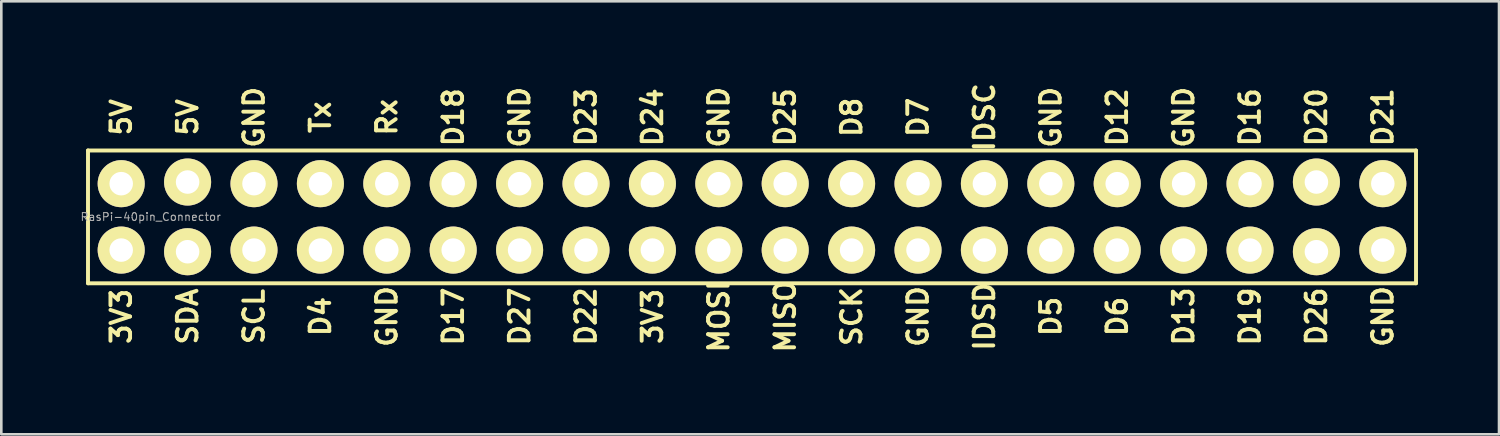
<source format=kicad_pcb>
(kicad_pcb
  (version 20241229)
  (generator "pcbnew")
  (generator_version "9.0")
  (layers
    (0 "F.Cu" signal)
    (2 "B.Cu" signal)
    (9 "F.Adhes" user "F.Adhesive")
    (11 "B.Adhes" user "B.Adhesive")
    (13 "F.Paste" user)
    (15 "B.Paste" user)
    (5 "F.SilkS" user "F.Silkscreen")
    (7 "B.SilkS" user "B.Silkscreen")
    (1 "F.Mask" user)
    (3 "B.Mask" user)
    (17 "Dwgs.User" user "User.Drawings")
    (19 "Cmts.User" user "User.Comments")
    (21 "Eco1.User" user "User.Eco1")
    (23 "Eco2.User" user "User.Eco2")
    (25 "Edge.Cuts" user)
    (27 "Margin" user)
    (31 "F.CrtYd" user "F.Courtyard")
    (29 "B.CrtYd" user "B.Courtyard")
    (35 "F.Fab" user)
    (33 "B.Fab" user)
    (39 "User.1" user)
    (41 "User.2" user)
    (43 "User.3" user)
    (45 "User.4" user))
  (footprint "RasPi-40pin_Connector"
    (layer "F.Cu")
    (at 25.716 5.246)
    (property "Reference" "RasPi-40pin_Connector" (at -23 0 0) (layer "F.Fab") (effects (font (size 0.3 0.3) (thickness 0.04))))
    (attr through_hole)
    (fp_line (start -25.4 -2.54) (end 25.4 -2.54) (stroke (width 0.15) (type solid)) (layer "F.SilkS"))
    (fp_line (start -25.4 2.54) (end -25.4 -2.54) (stroke (width 0.15) (type solid)) (layer "F.SilkS"))
    (fp_line (start 25.4 -2.54) (end 25.4 2.54) (stroke (width 0.15) (type solid)) (layer "F.SilkS"))
    (fp_line (start 25.4 2.54) (end -25.4 2.54) (stroke (width 0.15) (type solid)) (layer "F.SilkS"))
    (fp_line (start -25.5 -2.5) (end 25.5 -2.5) (stroke (width 0.15) (type solid)) (layer "Eco2.User"))
    (fp_line (start -25.5 2.5) (end -25.5 -2.5) (stroke (width 0.15) (type solid)) (layer "Eco2.User"))
    (fp_line (start 25.5 -2.5) (end 25.5 2.5) (stroke (width 0.15) (type solid)) (layer "Eco2.User"))
    (fp_line (start 25.5 2.5) (end -25.5 2.5) (stroke (width 0.15) (type solid)) (layer "Eco2.User"))
    (fp_text user "D12" (at 13.97 -3.81 90) (layer "F.SilkS") (effects (font (size 0.75 0.75) (thickness 0.15))))
    (fp_text user "MISO" (at 1.27 3.81 90) (layer "F.SilkS") (effects (font (size 0.75 0.75) (thickness 0.15))))
    (fp_text user "Tx" (at -16.51 -3.81 90) (layer "F.SilkS") (effects (font (size 0.75 0.75) (thickness 0.15))))
    (fp_text user "GND" (at 24.13 3.81 90) (layer "F.SilkS") (effects (font (size 0.75 0.75) (thickness 0.15))))
    (fp_text user "5V" (at -21.59 -3.81 90) (layer "F.SilkS") (effects (font (size 0.75 0.75) (thickness 0.15))))
    (fp_text user "SCK" (at 3.81 3.81 90) (layer "F.SilkS") (effects (font (size 0.75 0.75) (thickness 0.15))))
    (fp_text user "D17" (at -11.43 3.81 90) (layer "F.SilkS") (effects (font (size 0.75 0.75) (thickness 0.15))))
    (fp_text user "D27" (at -8.89 3.81 90) (layer "F.SilkS") (effects (font (size 0.75 0.75) (thickness 0.15))))
    (fp_text user "GND" (at -19.05 -3.81 90) (layer "F.SilkS") (effects (font (size 0.75 0.75) (thickness 0.15))))
    (fp_text user "GND" (at 16.51 -3.81 90) (layer "F.SilkS") (effects (font (size 0.75 0.75) (thickness 0.15))))
    (fp_text user "D22" (at -6.35 3.81 90) (layer "F.SilkS") (effects (font (size 0.75 0.75) (thickness 0.15))))
    (fp_text user "Rx" (at -13.97 -3.81 90) (layer "F.SilkS") (effects (font (size 0.75 0.75) (thickness 0.15))))
    (fp_text user "D25" (at 1.27 -3.81 90) (layer "F.SilkS") (effects (font (size 0.75 0.75) (thickness 0.15))))
    (fp_text user "D24" (at -3.81 -3.81 90) (layer "F.SilkS") (effects (font (size 0.75 0.75) (thickness 0.15))))
    (fp_text user "5V" (at -24.13 -3.81 90) (layer "F.SilkS") (effects (font (size 0.75 0.75) (thickness 0.15))))
    (fp_text user "IDSC" (at 8.89 -3.81 90) (layer "F.SilkS") (effects (font (size 0.75 0.75) (thickness 0.15))))
    (fp_text user "D13" (at 16.51 3.81 90) (layer "F.SilkS") (effects (font (size 0.75 0.75) (thickness 0.15))))
    (fp_text user "MOSI" (at -1.27 3.81 90) (layer "F.SilkS") (effects (font (size 0.75 0.75) (thickness 0.15))))
    (fp_text user "GND" (at 6.35 3.81 90) (layer "F.SilkS") (effects (font (size 0.75 0.75) (thickness 0.15))))
    (fp_text user "D4" (at -16.51 3.81 90) (layer "F.SilkS") (effects (font (size 0.75 0.75) (thickness 0.15))))
    (fp_text user "D18" (at -11.43 -3.81 90) (layer "F.SilkS") (effects (font (size 0.75 0.75) (thickness 0.15))))
    (fp_text user "D19" (at 19.05 3.81 90) (layer "F.SilkS") (effects (font (size 0.75 0.75) (thickness 0.15))))
    (fp_text user "3V3" (at -24.13 3.81 90) (layer "F.SilkS") (effects (font (size 0.75 0.75) (thickness 0.15))))
    (fp_text user "D20" (at 21.59 -3.81 90) (layer "F.SilkS") (effects (font (size 0.75 0.75) (thickness 0.15))))
    (fp_text user "SDA" (at -21.59 3.81 90) (layer "F.SilkS") (effects (font (size 0.75 0.75) (thickness 0.15))))
    (fp_text user "D16" (at 19.05 -3.81 90) (layer "F.SilkS") (effects (font (size 0.75 0.75) (thickness 0.15))))
    (fp_text user "D8" (at 3.81 -3.81 90) (layer "F.SilkS") (effects (font (size 0.75 0.75) (thickness 0.15))))
    (fp_text user "GND" (at -13.97 3.81 90) (layer "F.SilkS") (effects (font (size 0.75 0.75) (thickness 0.15))))
    (fp_text user "D23" (at -6.35 -3.81 90) (layer "F.SilkS") (effects (font (size 0.75 0.75) (thickness 0.15))))
    (fp_text user "D21" (at 24.13 -3.81 90) (layer "F.SilkS") (effects (font (size 0.75 0.75) (thickness 0.15))))
    (fp_text user "D26" (at 21.59 3.81 90) (layer "F.SilkS") (effects (font (size 0.75 0.75) (thickness 0.15))))
    (fp_text user "GND" (at -8.89 -3.81 90) (layer "F.SilkS") (effects (font (size 0.75 0.75) (thickness 0.15))))
    (fp_text user "IDSD" (at 8.89 3.81 90) (layer "F.SilkS") (effects (font (size 0.75 0.75) (thickness 0.15))))
    (fp_text user "D5" (at 11.43 3.81 90) (layer "F.SilkS") (effects (font (size 0.75 0.75) (thickness 0.15))))
    (fp_text user "GND" (at -1.27 -3.81 90) (layer "F.SilkS") (effects (font (size 0.75 0.75) (thickness 0.15))))
    (fp_text user "D6" (at 13.97 3.81 90) (layer "F.SilkS") (effects (font (size 0.75 0.75) (thickness 0.15))))
    (fp_text user "SCL" (at -19.05 3.81 90) (layer "F.SilkS") (effects (font (size 0.75 0.75) (thickness 0.15))))
    (fp_text user "3V3" (at -3.81 3.81 90) (layer "F.SilkS") (effects (font (size 0.75 0.75) (thickness 0.15))))
    (fp_text user "GND" (at 11.43 -3.81 90) (layer "F.SilkS") (effects (font (size 0.75 0.75) (thickness 0.15))))
    (fp_text user "D7" (at 6.35 -3.81 90) (layer "F.SilkS") (effects (font (size 0.75 0.75) (thickness 0.15))))
    (pad "1" thru_hole circle (at -24.13 1.27 90) (size 1.8 1.8) (drill 0.9) (layers "*.Cu" "*.Mask" "F.SilkS"))
    (pad "2" thru_hole circle (at -24.13 -1.27 90) (size 1.8 1.8) (drill 0.9) (layers "*.Cu" "*.Mask" "F.SilkS"))
    (pad "3" thru_hole circle (at -21.59 1.333 90) (size 1.8 1.8) (drill 0.9) (layers "*.Cu" "*.Mask" "F.SilkS"))
    (pad "4" thru_hole circle (at -21.59 -1.333 90) (size 1.8 1.8) (drill 0.9) (layers "*.Cu" "*.Mask" "F.SilkS"))
    (pad "5" thru_hole circle (at -19.05 1.27 90) (size 1.8 1.8) (drill 0.9) (layers "*.Cu" "*.Mask" "F.SilkS"))
    (pad "6" thru_hole circle (at -19.05 -1.27 90) (size 1.8 1.8) (drill 0.9) (layers "*.Cu" "*.Mask" "F.SilkS"))
    (pad "7" thru_hole circle (at -16.51 1.27 90) (size 1.8 1.8) (drill 0.9) (layers "*.Cu" "*.Mask" "F.SilkS"))
    (pad "8" thru_hole circle (at -16.51 -1.27 90) (size 1.8 1.8) (drill 0.9) (layers "*.Cu" "*.Mask" "F.SilkS"))
    (pad "9" thru_hole circle (at -13.97 1.27 90) (size 1.8 1.8) (drill 0.9) (layers "*.Cu" "*.Mask" "F.SilkS"))
    (pad "10" thru_hole circle (at -13.97 -1.27 90) (size 1.8 1.8) (drill 0.9) (layers "*.Cu" "*.Mask" "F.SilkS"))
    (pad "11" thru_hole circle (at -11.43 1.27 90) (size 1.8 1.8) (drill 0.9) (layers "*.Cu" "*.Mask" "F.SilkS"))
    (pad "12" thru_hole circle (at -11.43 -1.27 90) (size 1.8 1.8) (drill 0.9) (layers "*.Cu" "*.Mask" "F.SilkS"))
    (pad "13" thru_hole circle (at -8.89 1.27 90) (size 1.8 1.8) (drill 0.9) (layers "*.Cu" "*.Mask" "F.SilkS"))
    (pad "14" thru_hole circle (at -8.89 -1.27 90) (size 1.8 1.8) (drill 0.9) (layers "*.Cu" "*.Mask" "F.SilkS"))
    (pad "15" thru_hole circle (at -6.35 1.27 90) (size 1.8 1.8) (drill 0.9) (layers "*.Cu" "*.Mask" "F.SilkS"))
    (pad "16" thru_hole circle (at -6.35 -1.27 90) (size 1.8 1.8) (drill 0.9) (layers "*.Cu" "*.Mask" "F.SilkS"))
    (pad "17" thru_hole circle (at -3.81 1.27 90) (size 1.8 1.8) (drill 0.9) (layers "*.Cu" "*.Mask" "F.SilkS"))
    (pad "18" thru_hole circle (at -3.81 -1.27 90) (size 1.8 1.8) (drill 0.9) (layers "*.Cu" "*.Mask" "F.SilkS"))
    (pad "19" thru_hole circle (at -1.27 1.27 90) (size 1.8 1.8) (drill 0.9) (layers "*.Cu" "*.Mask" "F.SilkS"))
    (pad "20" thru_hole circle (at -1.27 -1.27 90) (size 1.8 1.8) (drill 0.9) (layers "*.Cu" "*.Mask" "F.SilkS"))
    (pad "21" thru_hole circle (at 1.27 1.27 90) (size 1.8 1.8) (drill 0.9) (layers "*.Cu" "*.Mask" "F.SilkS"))
    (pad "22" thru_hole circle (at 1.27 -1.27 90) (size 1.8 1.8) (drill 0.9) (layers "*.Cu" "*.Mask" "F.SilkS"))
    (pad "23" thru_hole circle (at 3.81 1.27 90) (size 1.8 1.8) (drill 0.9) (layers "*.Cu" "*.Mask" "F.SilkS"))
    (pad "24" thru_hole circle (at 3.81 -1.27 90) (size 1.8 1.8) (drill 0.9) (layers "*.Cu" "*.Mask" "F.SilkS"))
    (pad "25" thru_hole circle (at 6.35 1.27 90) (size 1.8 1.8) (drill 0.9) (layers "*.Cu" "*.Mask" "F.SilkS"))
    (pad "26" thru_hole circle (at 6.35 -1.27 90) (size 1.8 1.8) (drill 0.9) (layers "*.Cu" "*.Mask" "F.SilkS"))
    (pad "27" thru_hole circle (at 8.89 1.27 90) (size 1.8 1.8) (drill 0.9) (layers "*.Cu" "*.Mask" "F.SilkS"))
    (pad "28" thru_hole circle (at 8.89 -1.27 90) (size 1.8 1.8) (drill 0.9) (layers "*.Cu" "*.Mask" "F.SilkS"))
    (pad "29" thru_hole circle (at 11.43 1.27 90) (size 1.8 1.8) (drill 0.9) (layers "*.Cu" "*.Mask" "F.SilkS"))
    (pad "30" thru_hole circle (at 11.43 -1.27 90) (size 1.8 1.8) (drill 0.9) (layers "*.Cu" "*.Mask" "F.SilkS"))
    (pad "31" thru_hole circle (at 13.97 1.27 90) (size 1.8 1.8) (drill 0.9) (layers "*.Cu" "*.Mask" "F.SilkS"))
    (pad "32" thru_hole circle (at 13.97 -1.27 90) (size 1.8 1.8) (drill 0.9) (layers "*.Cu" "*.Mask" "F.SilkS"))
    (pad "33" thru_hole circle (at 16.51 1.27 90) (size 1.8 1.8) (drill 0.9) (layers "*.Cu" "*.Mask" "F.SilkS"))
    (pad "34" thru_hole circle (at 16.51 -1.27 90) (size 1.8 1.8) (drill 0.9) (layers "*.Cu" "*.Mask" "F.SilkS"))
    (pad "35" thru_hole circle (at 19.05 1.27 90) (size 1.8 1.8) (drill 0.9) (layers "*.Cu" "*.Mask" "F.SilkS"))
    (pad "36" thru_hole circle (at 19.05 -1.27 90) (size 1.8 1.8) (drill 0.9) (layers "*.Cu" "*.Mask" "F.SilkS"))
    (pad "37" thru_hole circle (at 21.59 1.333 90) (size 1.8 1.8) (drill 0.9) (layers "*.Cu" "*.Mask" "F.SilkS"))
    (pad "38" thru_hole circle (at 21.59 -1.333 90) (size 1.8 1.8) (drill 0.9) (layers "*.Cu" "*.Mask" "F.SilkS"))
    (pad "39" thru_hole circle (at 24.13 1.27 90) (size 1.8 1.8) (drill 0.9) (layers "*.Cu" "*.Mask" "F.SilkS"))
    (pad "40" thru_hole circle (at 24.13 -1.27 90) (size 1.8 1.8) (drill 0.9) (layers "*.Cu" "*.Mask" "F.SilkS")))
  (gr_rect
    (start -3 -3)
    (end 54.291 13.563)
    (stroke (width 0.1) (type default))
    (fill no)
    (layer "Edge.Cuts")))
</source>
